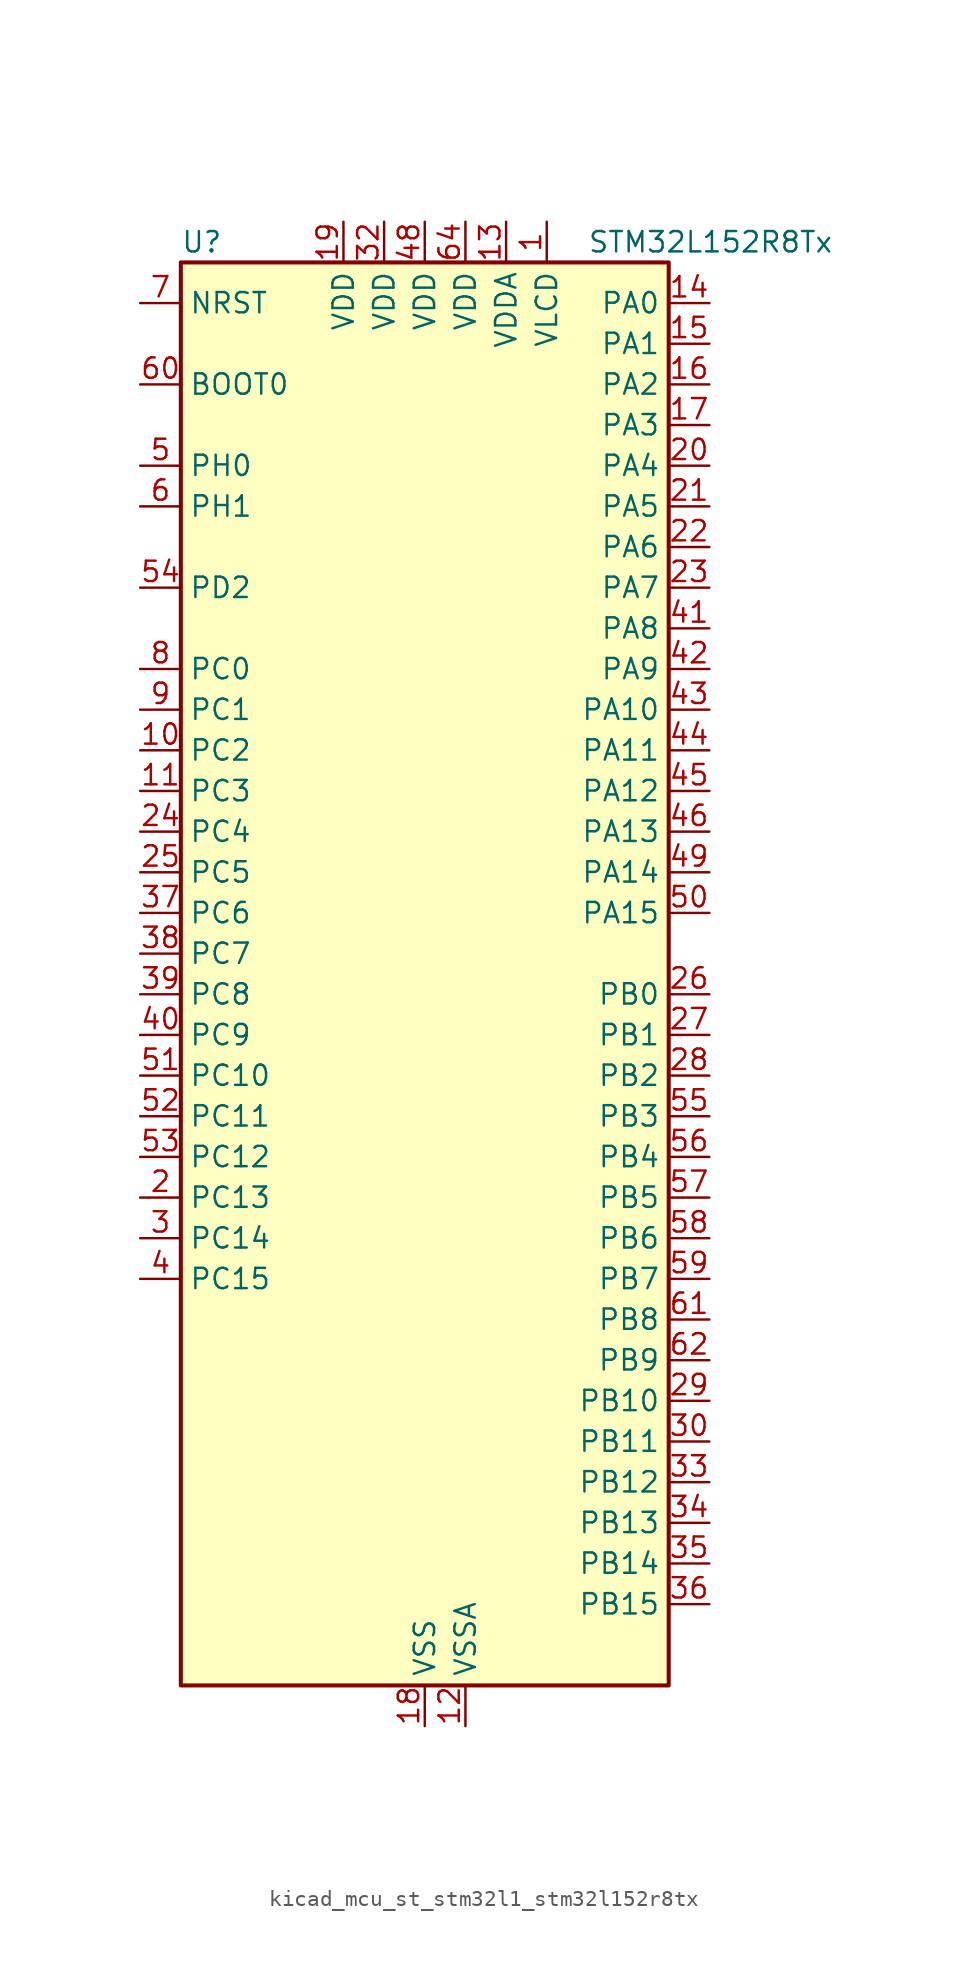
<source format=kicad_sym>
(kicad_symbol_lib
  (version 20220914)
  (generator kicad_symbol_editor)
  (symbol "kicad_mcu_st_stm32l1_stm32l152r8tx"
    (property "Reference" "U"
      (at -15.24 46.99 0)
      (effects (font (size 1.27 1.27)) (justify left)))
    (property "Value" "STM32L152R8Tx"
      (at 10.16 46.99 0)
      (effects (font (size 1.27 1.27)) (justify left)))
    (property "ki_locked" ""
      (at 0 0 0)
      (effects (font (size 1.27 1.27))))
    (symbol "kicad_mcu_st_stm32l1_stm32l152r8tx_0_1"
      (rectangle (start -15.24 -43.18) (end 15.24 45.72) (stroke (width 0.254) (type default)) (fill (type background))))
    (symbol "kicad_mcu_st_stm32l1_stm32l152r8tx_1_1"
      (pin power_in line (at 7.62 48.26 270) (length 2.54) (name "VLCD" (effects (font (size 1.27 1.27)))) (number "1" (effects (font (size 1.27 1.27)))))
      (pin bidirectional line (at -17.78 15.24 0) (length 2.54) (name "PC2" (effects (font (size 1.27 1.27)))) (number "10" (effects (font (size 1.27 1.27)))) (alternate "ADC_IN12" bidirectional line) (alternate "COMP1_INP" bidirectional line) (alternate "LCD_SEG20" bidirectional line) (alternate "TIMX_IC3" bidirectional line) (alternate "TS_G8_IO3" bidirectional line))
      (pin bidirectional line (at -17.78 12.7 0) (length 2.54) (name "PC3" (effects (font (size 1.27 1.27)))) (number "11" (effects (font (size 1.27 1.27)))) (alternate "ADC_IN13" bidirectional line) (alternate "COMP1_INP" bidirectional line) (alternate "LCD_SEG21" bidirectional line) (alternate "TIMX_IC4" bidirectional line) (alternate "TS_G8_IO4" bidirectional line))
      (pin power_in line (at 2.54 -45.72 90) (length 2.54) (name "VSSA" (effects (font (size 1.27 1.27)))) (number "12" (effects (font (size 1.27 1.27)))))
      (pin power_in line (at 5.08 48.26 270) (length 2.54) (name "VDDA" (effects (font (size 1.27 1.27)))) (number "13" (effects (font (size 1.27 1.27)))))
      (pin bidirectional line (at 17.78 43.18 180) (length 2.54) (name "PA0" (effects (font (size 1.27 1.27)))) (number "14" (effects (font (size 1.27 1.27)))) (alternate "ADC_IN0" bidirectional line) (alternate "COMP1_INP" bidirectional line) (alternate "SYS_WKUP1" bidirectional line) (alternate "TIM2_CH1" bidirectional line) (alternate "TIM2_ETR" bidirectional line) (alternate "TIMX_IC1" bidirectional line) (alternate "TS_G1_IO1" bidirectional line) (alternate "USART2_CTS" bidirectional line))
      (pin bidirectional line (at 17.78 40.64 180) (length 2.54) (name "PA1" (effects (font (size 1.27 1.27)))) (number "15" (effects (font (size 1.27 1.27)))) (alternate "ADC_IN1" bidirectional line) (alternate "COMP1_INP" bidirectional line) (alternate "LCD_SEG0" bidirectional line) (alternate "TIM2_CH2" bidirectional line) (alternate "TIMX_IC2" bidirectional line) (alternate "TS_G1_IO2" bidirectional line) (alternate "USART2_RTS" bidirectional line))
      (pin bidirectional line (at 17.78 38.1 180) (length 2.54) (name "PA2" (effects (font (size 1.27 1.27)))) (number "16" (effects (font (size 1.27 1.27)))) (alternate "ADC_IN2" bidirectional line) (alternate "COMP1_INP" bidirectional line) (alternate "LCD_SEG1" bidirectional line) (alternate "TIM2_CH3" bidirectional line) (alternate "TIM9_CH1" bidirectional line) (alternate "TIMX_IC3" bidirectional line) (alternate "TS_G1_IO3" bidirectional line) (alternate "USART2_TX" bidirectional line))
      (pin bidirectional line (at 17.78 35.56 180) (length 2.54) (name "PA3" (effects (font (size 1.27 1.27)))) (number "17" (effects (font (size 1.27 1.27)))) (alternate "ADC_IN3" bidirectional line) (alternate "COMP1_INP" bidirectional line) (alternate "LCD_SEG2" bidirectional line) (alternate "TIM2_CH4" bidirectional line) (alternate "TIM9_CH2" bidirectional line) (alternate "TIMX_IC4" bidirectional line) (alternate "TS_G1_IO4" bidirectional line) (alternate "USART2_RX" bidirectional line))
      (pin power_in line (at 0 -45.72 90) (length 2.54) (name "VSS" (effects (font (size 1.27 1.27)))) (number "18" (effects (font (size 1.27 1.27)))))
      (pin power_in line (at -5.08 48.26 270) (length 2.54) (name "VDD" (effects (font (size 1.27 1.27)))) (number "19" (effects (font (size 1.27 1.27)))))
      (pin bidirectional line (at -17.78 -12.7 0) (length 2.54) (name "PC13" (effects (font (size 1.27 1.27)))) (number "2" (effects (font (size 1.27 1.27)))) (alternate "RTC_OUT_ALARM" bidirectional line) (alternate "RTC_OUT_CALIB" bidirectional line) (alternate "RTC_TAMP1" bidirectional line) (alternate "RTC_TS" bidirectional line) (alternate "SYS_WKUP2" bidirectional line) (alternate "TIMX_IC2" bidirectional line))
      (pin bidirectional line (at 17.78 33.02 180) (length 2.54) (name "PA4" (effects (font (size 1.27 1.27)))) (number "20" (effects (font (size 1.27 1.27)))) (alternate "ADC_IN4" bidirectional line) (alternate "COMP1_INP" bidirectional line) (alternate "DAC_OUT1" bidirectional line) (alternate "SPI1_NSS" bidirectional line) (alternate "TIMX_IC1" bidirectional line) (alternate "USART2_CK" bidirectional line))
      (pin bidirectional line (at 17.78 30.48 180) (length 2.54) (name "PA5" (effects (font (size 1.27 1.27)))) (number "21" (effects (font (size 1.27 1.27)))) (alternate "ADC_IN5" bidirectional line) (alternate "COMP1_INP" bidirectional line) (alternate "DAC_OUT2" bidirectional line) (alternate "SPI1_SCK" bidirectional line) (alternate "TIM2_CH1" bidirectional line) (alternate "TIM2_ETR" bidirectional line) (alternate "TIMX_IC2" bidirectional line))
      (pin bidirectional line (at 17.78 27.94 180) (length 2.54) (name "PA6" (effects (font (size 1.27 1.27)))) (number "22" (effects (font (size 1.27 1.27)))) (alternate "ADC_IN6" bidirectional line) (alternate "COMP1_INP" bidirectional line) (alternate "LCD_SEG3" bidirectional line) (alternate "SPI1_MISO" bidirectional line) (alternate "TIM10_CH1" bidirectional line) (alternate "TIM3_CH1" bidirectional line) (alternate "TIMX_IC3" bidirectional line) (alternate "TS_G2_IO1" bidirectional line))
      (pin bidirectional line (at 17.78 25.4 180) (length 2.54) (name "PA7" (effects (font (size 1.27 1.27)))) (number "23" (effects (font (size 1.27 1.27)))) (alternate "ADC_IN7" bidirectional line) (alternate "COMP1_INP" bidirectional line) (alternate "LCD_SEG4" bidirectional line) (alternate "SPI1_MOSI" bidirectional line) (alternate "TIM11_CH1" bidirectional line) (alternate "TIM3_CH2" bidirectional line) (alternate "TIMX_IC4" bidirectional line) (alternate "TS_G2_IO2" bidirectional line))
      (pin bidirectional line (at -17.78 10.16 0) (length 2.54) (name "PC4" (effects (font (size 1.27 1.27)))) (number "24" (effects (font (size 1.27 1.27)))) (alternate "ADC_IN14" bidirectional line) (alternate "COMP1_INP" bidirectional line) (alternate "LCD_SEG22" bidirectional line) (alternate "TIMX_IC1" bidirectional line) (alternate "TS_G9_IO1" bidirectional line))
      (pin bidirectional line (at -17.78 7.62 0) (length 2.54) (name "PC5" (effects (font (size 1.27 1.27)))) (number "25" (effects (font (size 1.27 1.27)))) (alternate "ADC_IN15" bidirectional line) (alternate "COMP1_INP" bidirectional line) (alternate "LCD_SEG23" bidirectional line) (alternate "TIMX_IC2" bidirectional line) (alternate "TS_G9_IO2" bidirectional line))
      (pin bidirectional line (at 17.78 0 180) (length 2.54) (name "PB0" (effects (font (size 1.27 1.27)))) (number "26" (effects (font (size 1.27 1.27)))) (alternate "ADC_IN8" bidirectional line) (alternate "COMP1_INP" bidirectional line) (alternate "LCD_SEG5" bidirectional line) (alternate "SYS_V_REF_OUT" bidirectional line) (alternate "TIM3_CH3" bidirectional line) (alternate "TS_G3_IO1" bidirectional line))
      (pin bidirectional line (at 17.78 -2.54 180) (length 2.54) (name "PB1" (effects (font (size 1.27 1.27)))) (number "27" (effects (font (size 1.27 1.27)))) (alternate "ADC_IN9" bidirectional line) (alternate "COMP1_INP" bidirectional line) (alternate "LCD_SEG6" bidirectional line) (alternate "SYS_V_REF_OUT" bidirectional line) (alternate "TIM3_CH4" bidirectional line) (alternate "TS_G3_IO2" bidirectional line))
      (pin bidirectional line (at 17.78 -5.08 180) (length 2.54) (name "PB2" (effects (font (size 1.27 1.27)))) (number "28" (effects (font (size 1.27 1.27)))))
      (pin bidirectional line (at 17.78 -25.4 180) (length 2.54) (name "PB10" (effects (font (size 1.27 1.27)))) (number "29" (effects (font (size 1.27 1.27)))) (alternate "I2C2_SCL" bidirectional line) (alternate "LCD_SEG10" bidirectional line) (alternate "TIM2_CH3" bidirectional line) (alternate "USART3_TX" bidirectional line))
      (pin bidirectional line (at -17.78 -15.24 0) (length 2.54) (name "PC14" (effects (font (size 1.27 1.27)))) (number "3" (effects (font (size 1.27 1.27)))) (alternate "RCC_OSC32_IN" bidirectional line) (alternate "TIMX_IC3" bidirectional line))
      (pin bidirectional line (at 17.78 -27.94 180) (length 2.54) (name "PB11" (effects (font (size 1.27 1.27)))) (number "30" (effects (font (size 1.27 1.27)))) (alternate "ADC_EXTI11" bidirectional line) (alternate "I2C2_SDA" bidirectional line) (alternate "LCD_SEG11" bidirectional line) (alternate "TIM2_CH4" bidirectional line) (alternate "USART3_RX" bidirectional line))
      (pin passive line (at 0 -45.72 90) (length 2.54) hide (name "VSS" (effects (font (size 1.27 1.27)))) (number "31" (effects (font (size 1.27 1.27)))))
      (pin power_in line (at -2.54 48.26 270) (length 2.54) (name "VDD" (effects (font (size 1.27 1.27)))) (number "32" (effects (font (size 1.27 1.27)))))
      (pin bidirectional line (at 17.78 -30.48 180) (length 2.54) (name "PB12" (effects (font (size 1.27 1.27)))) (number "33" (effects (font (size 1.27 1.27)))) (alternate "ADC_IN18" bidirectional line) (alternate "COMP1_INP" bidirectional line) (alternate "I2C2_SMBA" bidirectional line) (alternate "LCD_SEG12" bidirectional line) (alternate "SPI2_NSS" bidirectional line) (alternate "TIM10_CH1" bidirectional line) (alternate "TS_G7_IO1" bidirectional line) (alternate "USART3_CK" bidirectional line))
      (pin bidirectional line (at 17.78 -33.02 180) (length 2.54) (name "PB13" (effects (font (size 1.27 1.27)))) (number "34" (effects (font (size 1.27 1.27)))) (alternate "ADC_IN19" bidirectional line) (alternate "COMP1_INP" bidirectional line) (alternate "LCD_SEG13" bidirectional line) (alternate "SPI2_SCK" bidirectional line) (alternate "TIM9_CH1" bidirectional line) (alternate "TS_G7_IO2" bidirectional line) (alternate "USART3_CTS" bidirectional line))
      (pin bidirectional line (at 17.78 -35.56 180) (length 2.54) (name "PB14" (effects (font (size 1.27 1.27)))) (number "35" (effects (font (size 1.27 1.27)))) (alternate "ADC_IN20" bidirectional line) (alternate "COMP1_INP" bidirectional line) (alternate "LCD_SEG14" bidirectional line) (alternate "SPI2_MISO" bidirectional line) (alternate "TIM9_CH2" bidirectional line) (alternate "TS_G7_IO3" bidirectional line) (alternate "USART3_RTS" bidirectional line))
      (pin bidirectional line (at 17.78 -38.1 180) (length 2.54) (name "PB15" (effects (font (size 1.27 1.27)))) (number "36" (effects (font (size 1.27 1.27)))) (alternate "ADC_EXTI15" bidirectional line) (alternate "ADC_IN21" bidirectional line) (alternate "COMP1_INP" bidirectional line) (alternate "LCD_SEG15" bidirectional line) (alternate "RTC_REFIN" bidirectional line) (alternate "SPI2_MOSI" bidirectional line) (alternate "TIM11_CH1" bidirectional line) (alternate "TS_G7_IO4" bidirectional line))
      (pin bidirectional line (at -17.78 5.08 0) (length 2.54) (name "PC6" (effects (font (size 1.27 1.27)))) (number "37" (effects (font (size 1.27 1.27)))) (alternate "LCD_SEG24" bidirectional line) (alternate "TIM3_CH1" bidirectional line) (alternate "TIMX_IC3" bidirectional line) (alternate "TS_G10_IO1" bidirectional line))
      (pin bidirectional line (at -17.78 2.54 0) (length 2.54) (name "PC7" (effects (font (size 1.27 1.27)))) (number "38" (effects (font (size 1.27 1.27)))) (alternate "LCD_SEG25" bidirectional line) (alternate "TIM3_CH2" bidirectional line) (alternate "TIMX_IC4" bidirectional line) (alternate "TS_G10_IO2" bidirectional line))
      (pin bidirectional line (at -17.78 0 0) (length 2.54) (name "PC8" (effects (font (size 1.27 1.27)))) (number "39" (effects (font (size 1.27 1.27)))) (alternate "LCD_SEG26" bidirectional line) (alternate "TIM3_CH3" bidirectional line) (alternate "TIMX_IC1" bidirectional line) (alternate "TS_G10_IO3" bidirectional line))
      (pin bidirectional line (at -17.78 -17.78 0) (length 2.54) (name "PC15" (effects (font (size 1.27 1.27)))) (number "4" (effects (font (size 1.27 1.27)))) (alternate "ADC_EXTI15" bidirectional line) (alternate "RCC_OSC32_OUT" bidirectional line) (alternate "TIMX_IC4" bidirectional line))
      (pin bidirectional line (at -17.78 -2.54 0) (length 2.54) (name "PC9" (effects (font (size 1.27 1.27)))) (number "40" (effects (font (size 1.27 1.27)))) (alternate "DAC_EXTI9" bidirectional line) (alternate "LCD_SEG27" bidirectional line) (alternate "TIM3_CH4" bidirectional line) (alternate "TIMX_IC2" bidirectional line) (alternate "TS_G10_IO4" bidirectional line))
      (pin bidirectional line (at 17.78 22.86 180) (length 2.54) (name "PA8" (effects (font (size 1.27 1.27)))) (number "41" (effects (font (size 1.27 1.27)))) (alternate "LCD_COM0" bidirectional line) (alternate "RCC_MCO" bidirectional line) (alternate "TIMX_IC1" bidirectional line) (alternate "TS_G4_IO1" bidirectional line) (alternate "USART1_CK" bidirectional line))
      (pin bidirectional line (at 17.78 20.32 180) (length 2.54) (name "PA9" (effects (font (size 1.27 1.27)))) (number "42" (effects (font (size 1.27 1.27)))) (alternate "DAC_EXTI9" bidirectional line) (alternate "LCD_COM1" bidirectional line) (alternate "TIMX_IC2" bidirectional line) (alternate "TS_G4_IO2" bidirectional line) (alternate "USART1_TX" bidirectional line))
      (pin bidirectional line (at 17.78 17.78 180) (length 2.54) (name "PA10" (effects (font (size 1.27 1.27)))) (number "43" (effects (font (size 1.27 1.27)))) (alternate "LCD_COM2" bidirectional line) (alternate "TIMX_IC3" bidirectional line) (alternate "TS_G4_IO3" bidirectional line) (alternate "USART1_RX" bidirectional line))
      (pin bidirectional line (at 17.78 15.24 180) (length 2.54) (name "PA11" (effects (font (size 1.27 1.27)))) (number "44" (effects (font (size 1.27 1.27)))) (alternate "ADC_EXTI11" bidirectional line) (alternate "SPI1_MISO" bidirectional line) (alternate "TIMX_IC4" bidirectional line) (alternate "USART1_CTS" bidirectional line) (alternate "USB_DM" bidirectional line))
      (pin bidirectional line (at 17.78 12.7 180) (length 2.54) (name "PA12" (effects (font (size 1.27 1.27)))) (number "45" (effects (font (size 1.27 1.27)))) (alternate "SPI1_MOSI" bidirectional line) (alternate "TIMX_IC1" bidirectional line) (alternate "USART1_RTS" bidirectional line) (alternate "USB_DP" bidirectional line))
      (pin bidirectional line (at 17.78 10.16 180) (length 2.54) (name "PA13" (effects (font (size 1.27 1.27)))) (number "46" (effects (font (size 1.27 1.27)))) (alternate "SYS_JTMS-SWDIO" bidirectional line) (alternate "TIMX_IC2" bidirectional line) (alternate "TS_G5_IO1" bidirectional line))
      (pin passive line (at 0 -45.72 90) (length 2.54) hide (name "VSS" (effects (font (size 1.27 1.27)))) (number "47" (effects (font (size 1.27 1.27)))))
      (pin power_in line (at 0 48.26 270) (length 2.54) (name "VDD" (effects (font (size 1.27 1.27)))) (number "48" (effects (font (size 1.27 1.27)))))
      (pin bidirectional line (at 17.78 7.62 180) (length 2.54) (name "PA14" (effects (font (size 1.27 1.27)))) (number "49" (effects (font (size 1.27 1.27)))) (alternate "SYS_JTCK-SWCLK" bidirectional line) (alternate "TIMX_IC3" bidirectional line) (alternate "TS_G5_IO2" bidirectional line))
      (pin bidirectional line (at -17.78 33.02 0) (length 2.54) (name "PH0" (effects (font (size 1.27 1.27)))) (number "5" (effects (font (size 1.27 1.27)))) (alternate "RCC_OSC_IN" bidirectional line))
      (pin bidirectional line (at 17.78 5.08 180) (length 2.54) (name "PA15" (effects (font (size 1.27 1.27)))) (number "50" (effects (font (size 1.27 1.27)))) (alternate "ADC_EXTI15" bidirectional line) (alternate "LCD_SEG17" bidirectional line) (alternate "SPI1_NSS" bidirectional line) (alternate "SYS_JTDI" bidirectional line) (alternate "TIM2_CH1" bidirectional line) (alternate "TIM2_ETR" bidirectional line) (alternate "TIMX_IC4" bidirectional line) (alternate "TS_G5_IO3" bidirectional line))
      (pin bidirectional line (at -17.78 -5.08 0) (length 2.54) (name "PC10" (effects (font (size 1.27 1.27)))) (number "51" (effects (font (size 1.27 1.27)))) (alternate "LCD_COM4" bidirectional line) (alternate "LCD_SEG28" bidirectional line) (alternate "TIMX_IC3" bidirectional line) (alternate "USART3_TX" bidirectional line))
      (pin bidirectional line (at -17.78 -7.62 0) (length 2.54) (name "PC11" (effects (font (size 1.27 1.27)))) (number "52" (effects (font (size 1.27 1.27)))) (alternate "ADC_EXTI11" bidirectional line) (alternate "LCD_COM5" bidirectional line) (alternate "LCD_SEG29" bidirectional line) (alternate "TIMX_IC4" bidirectional line) (alternate "USART3_RX" bidirectional line))
      (pin bidirectional line (at -17.78 -10.16 0) (length 2.54) (name "PC12" (effects (font (size 1.27 1.27)))) (number "53" (effects (font (size 1.27 1.27)))) (alternate "LCD_COM6" bidirectional line) (alternate "LCD_SEG30" bidirectional line) (alternate "TIMX_IC1" bidirectional line) (alternate "USART3_CK" bidirectional line))
      (pin bidirectional line (at -17.78 25.4 0) (length 2.54) (name "PD2" (effects (font (size 1.27 1.27)))) (number "54" (effects (font (size 1.27 1.27)))) (alternate "LCD_COM7" bidirectional line) (alternate "LCD_SEG31" bidirectional line) (alternate "TIM3_ETR" bidirectional line) (alternate "TIMX_IC3" bidirectional line))
      (pin bidirectional line (at 17.78 -7.62 180) (length 2.54) (name "PB3" (effects (font (size 1.27 1.27)))) (number "55" (effects (font (size 1.27 1.27)))) (alternate "COMP2_INM" bidirectional line) (alternate "LCD_SEG7" bidirectional line) (alternate "SPI1_SCK" bidirectional line) (alternate "SYS_JTDO-TRACESWO" bidirectional line) (alternate "TIM2_CH2" bidirectional line))
      (pin bidirectional line (at 17.78 -10.16 180) (length 2.54) (name "PB4" (effects (font (size 1.27 1.27)))) (number "56" (effects (font (size 1.27 1.27)))) (alternate "COMP2_INP" bidirectional line) (alternate "LCD_SEG8" bidirectional line) (alternate "SPI1_MISO" bidirectional line) (alternate "SYS_JTRST" bidirectional line) (alternate "TIM3_CH1" bidirectional line) (alternate "TS_G6_IO1" bidirectional line))
      (pin bidirectional line (at 17.78 -12.7 180) (length 2.54) (name "PB5" (effects (font (size 1.27 1.27)))) (number "57" (effects (font (size 1.27 1.27)))) (alternate "COMP2_INP" bidirectional line) (alternate "I2C1_SMBA" bidirectional line) (alternate "LCD_SEG9" bidirectional line) (alternate "SPI1_MOSI" bidirectional line) (alternate "TIM3_CH2" bidirectional line) (alternate "TS_G6_IO2" bidirectional line))
      (pin bidirectional line (at 17.78 -15.24 180) (length 2.54) (name "PB6" (effects (font (size 1.27 1.27)))) (number "58" (effects (font (size 1.27 1.27)))) (alternate "I2C1_SCL" bidirectional line) (alternate "TIM4_CH1" bidirectional line) (alternate "USART1_TX" bidirectional line))
      (pin bidirectional line (at 17.78 -17.78 180) (length 2.54) (name "PB7" (effects (font (size 1.27 1.27)))) (number "59" (effects (font (size 1.27 1.27)))) (alternate "I2C1_SDA" bidirectional line) (alternate "SYS_PVD_IN" bidirectional line) (alternate "TIM4_CH2" bidirectional line) (alternate "USART1_RX" bidirectional line))
      (pin bidirectional line (at -17.78 30.48 0) (length 2.54) (name "PH1" (effects (font (size 1.27 1.27)))) (number "6" (effects (font (size 1.27 1.27)))) (alternate "RCC_OSC_OUT" bidirectional line))
      (pin input line (at -17.78 38.1 0) (length 2.54) (name "BOOT0" (effects (font (size 1.27 1.27)))) (number "60" (effects (font (size 1.27 1.27)))))
      (pin bidirectional line (at 17.78 -20.32 180) (length 2.54) (name "PB8" (effects (font (size 1.27 1.27)))) (number "61" (effects (font (size 1.27 1.27)))) (alternate "I2C1_SCL" bidirectional line) (alternate "LCD_SEG16" bidirectional line) (alternate "TIM10_CH1" bidirectional line) (alternate "TIM4_CH3" bidirectional line))
      (pin bidirectional line (at 17.78 -22.86 180) (length 2.54) (name "PB9" (effects (font (size 1.27 1.27)))) (number "62" (effects (font (size 1.27 1.27)))) (alternate "DAC_EXTI9" bidirectional line) (alternate "I2C1_SDA" bidirectional line) (alternate "LCD_COM3" bidirectional line) (alternate "TIM11_CH1" bidirectional line) (alternate "TIM4_CH4" bidirectional line))
      (pin passive line (at 0 -45.72 90) (length 2.54) hide (name "VSS" (effects (font (size 1.27 1.27)))) (number "63" (effects (font (size 1.27 1.27)))))
      (pin power_in line (at 2.54 48.26 270) (length 2.54) (name "VDD" (effects (font (size 1.27 1.27)))) (number "64" (effects (font (size 1.27 1.27)))))
      (pin input line (at -17.78 43.18 0) (length 2.54) (name "NRST" (effects (font (size 1.27 1.27)))) (number "7" (effects (font (size 1.27 1.27)))))
      (pin bidirectional line (at -17.78 20.32 0) (length 2.54) (name "PC0" (effects (font (size 1.27 1.27)))) (number "8" (effects (font (size 1.27 1.27)))) (alternate "ADC_IN10" bidirectional line) (alternate "COMP1_INP" bidirectional line) (alternate "LCD_SEG18" bidirectional line) (alternate "TIMX_IC1" bidirectional line) (alternate "TS_G8_IO1" bidirectional line))
      (pin bidirectional line (at -17.78 17.78 0) (length 2.54) (name "PC1" (effects (font (size 1.27 1.27)))) (number "9" (effects (font (size 1.27 1.27)))) (alternate "ADC_IN11" bidirectional line) (alternate "COMP1_INP" bidirectional line) (alternate "LCD_SEG19" bidirectional line) (alternate "TIMX_IC2" bidirectional line) (alternate "TS_G8_IO2" bidirectional line)))))
</source>
